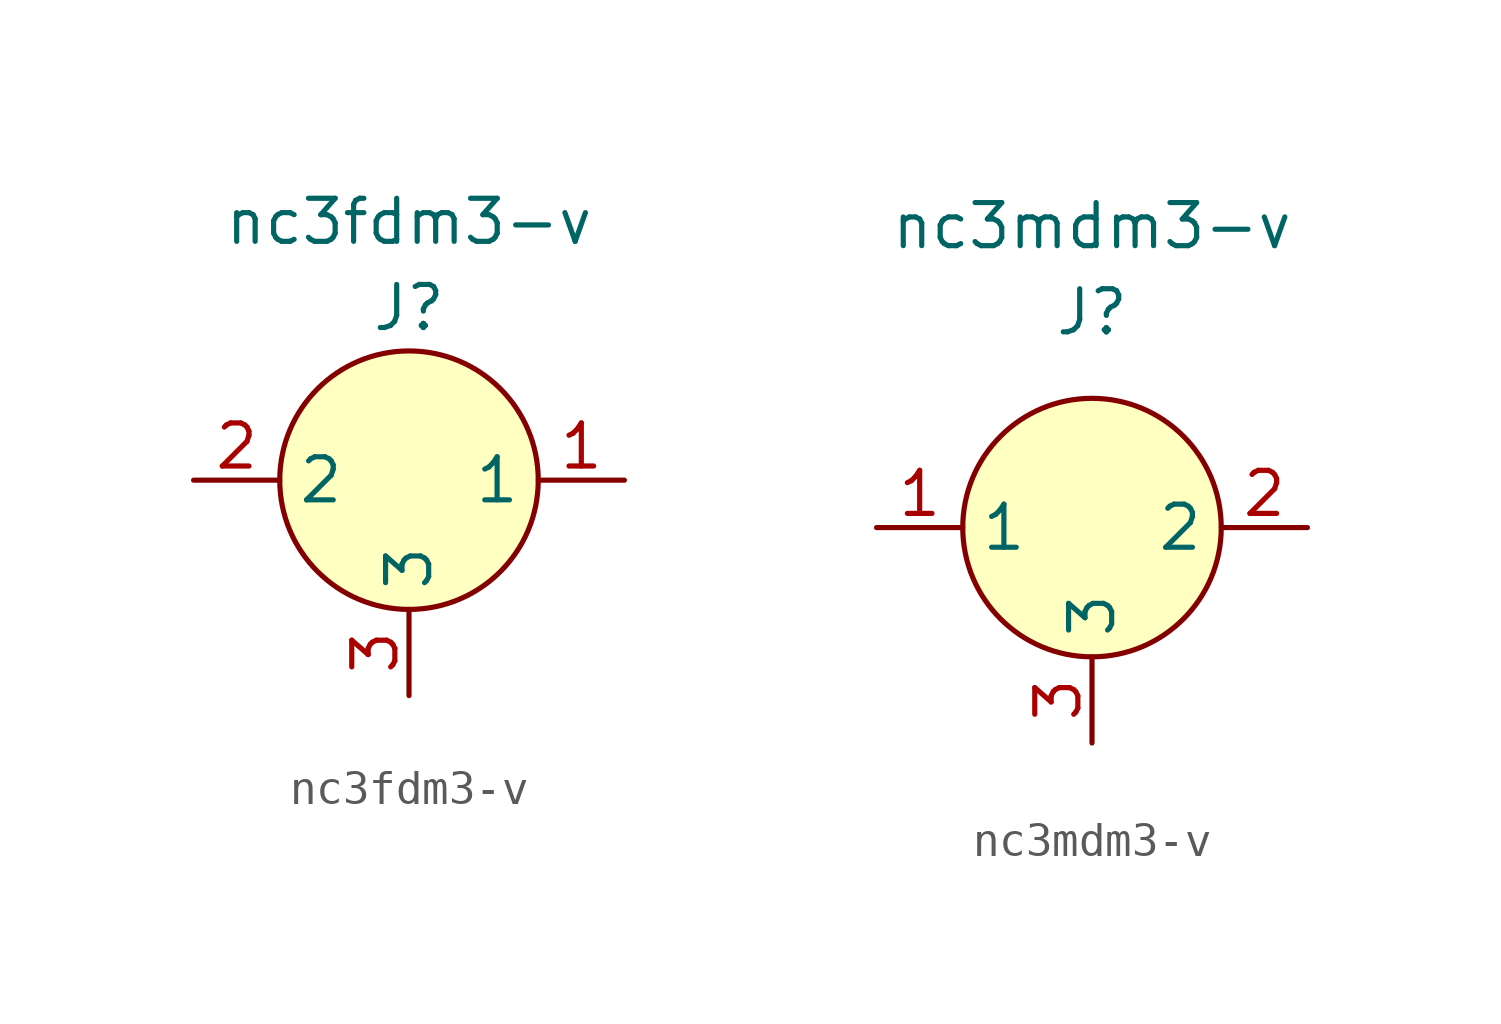
<source format=kicad_sym>
(kicad_symbol_lib
  (version 20211014)
  (generator kicad_symbol_editor)
  (symbol "nc3fdm3-v"
    (property "Reference" "J"
      (at 0 5.08 0)
      (effects (font (size 1.27 1.27))))
    (property "Value" "nc3fdm3-v"
      (at 0 7.62 0)
      (effects (font (size 1.27 1.27))))
    (symbol "nc3fdm3-v_0_1"
      (circle (center 0 0) (radius 3.81) (stroke (width 0) (type default) (color 0 0 0 0)) (fill (type background))))
    (symbol "nc3fdm3-v_1_1"
      (pin passive line (at 6.35 0 180) (length 2.54) (name "1" (effects (font (size 1.27 1.27)))) (number "1" (effects (font (size 1.27 1.27)))))
      (pin passive line (at -6.35 0 0) (length 2.54) (name "2" (effects (font (size 1.27 1.27)))) (number "2" (effects (font (size 1.27 1.27)))))
      (pin passive line (at 0 -6.35 90) (length 2.54) (name "3" (effects (font (size 1.27 1.27)))) (number "3" (effects (font (size 1.27 1.27)))))))
  (symbol "nc3mdm3-v"
    (property "Reference" "J"
      (at 0 6.35 0)
      (effects (font (size 1.27 1.27))))
    (property "Value" "nc3mdm3-v"
      (at 0 8.89 0)
      (effects (font (size 1.27 1.27))))
    (symbol "nc3mdm3-v_0_1"
      (circle (center 0 0) (radius 3.81) (stroke (width 0) (type default) (color 0 0 0 0)) (fill (type background))))
    (symbol "nc3mdm3-v_1_1"
      (pin passive line (at -6.35 0 0) (length 2.54) (name "1" (effects (font (size 1.27 1.27)))) (number "1" (effects (font (size 1.27 1.27)))))
      (pin passive line (at 6.35 0 180) (length 2.54) (name "2" (effects (font (size 1.27 1.27)))) (number "2" (effects (font (size 1.27 1.27)))))
      (pin passive line (at 0 -6.35 90) (length 2.54) (name "3" (effects (font (size 1.27 1.27)))) (number "3" (effects (font (size 1.27 1.27))))))))
</source>
